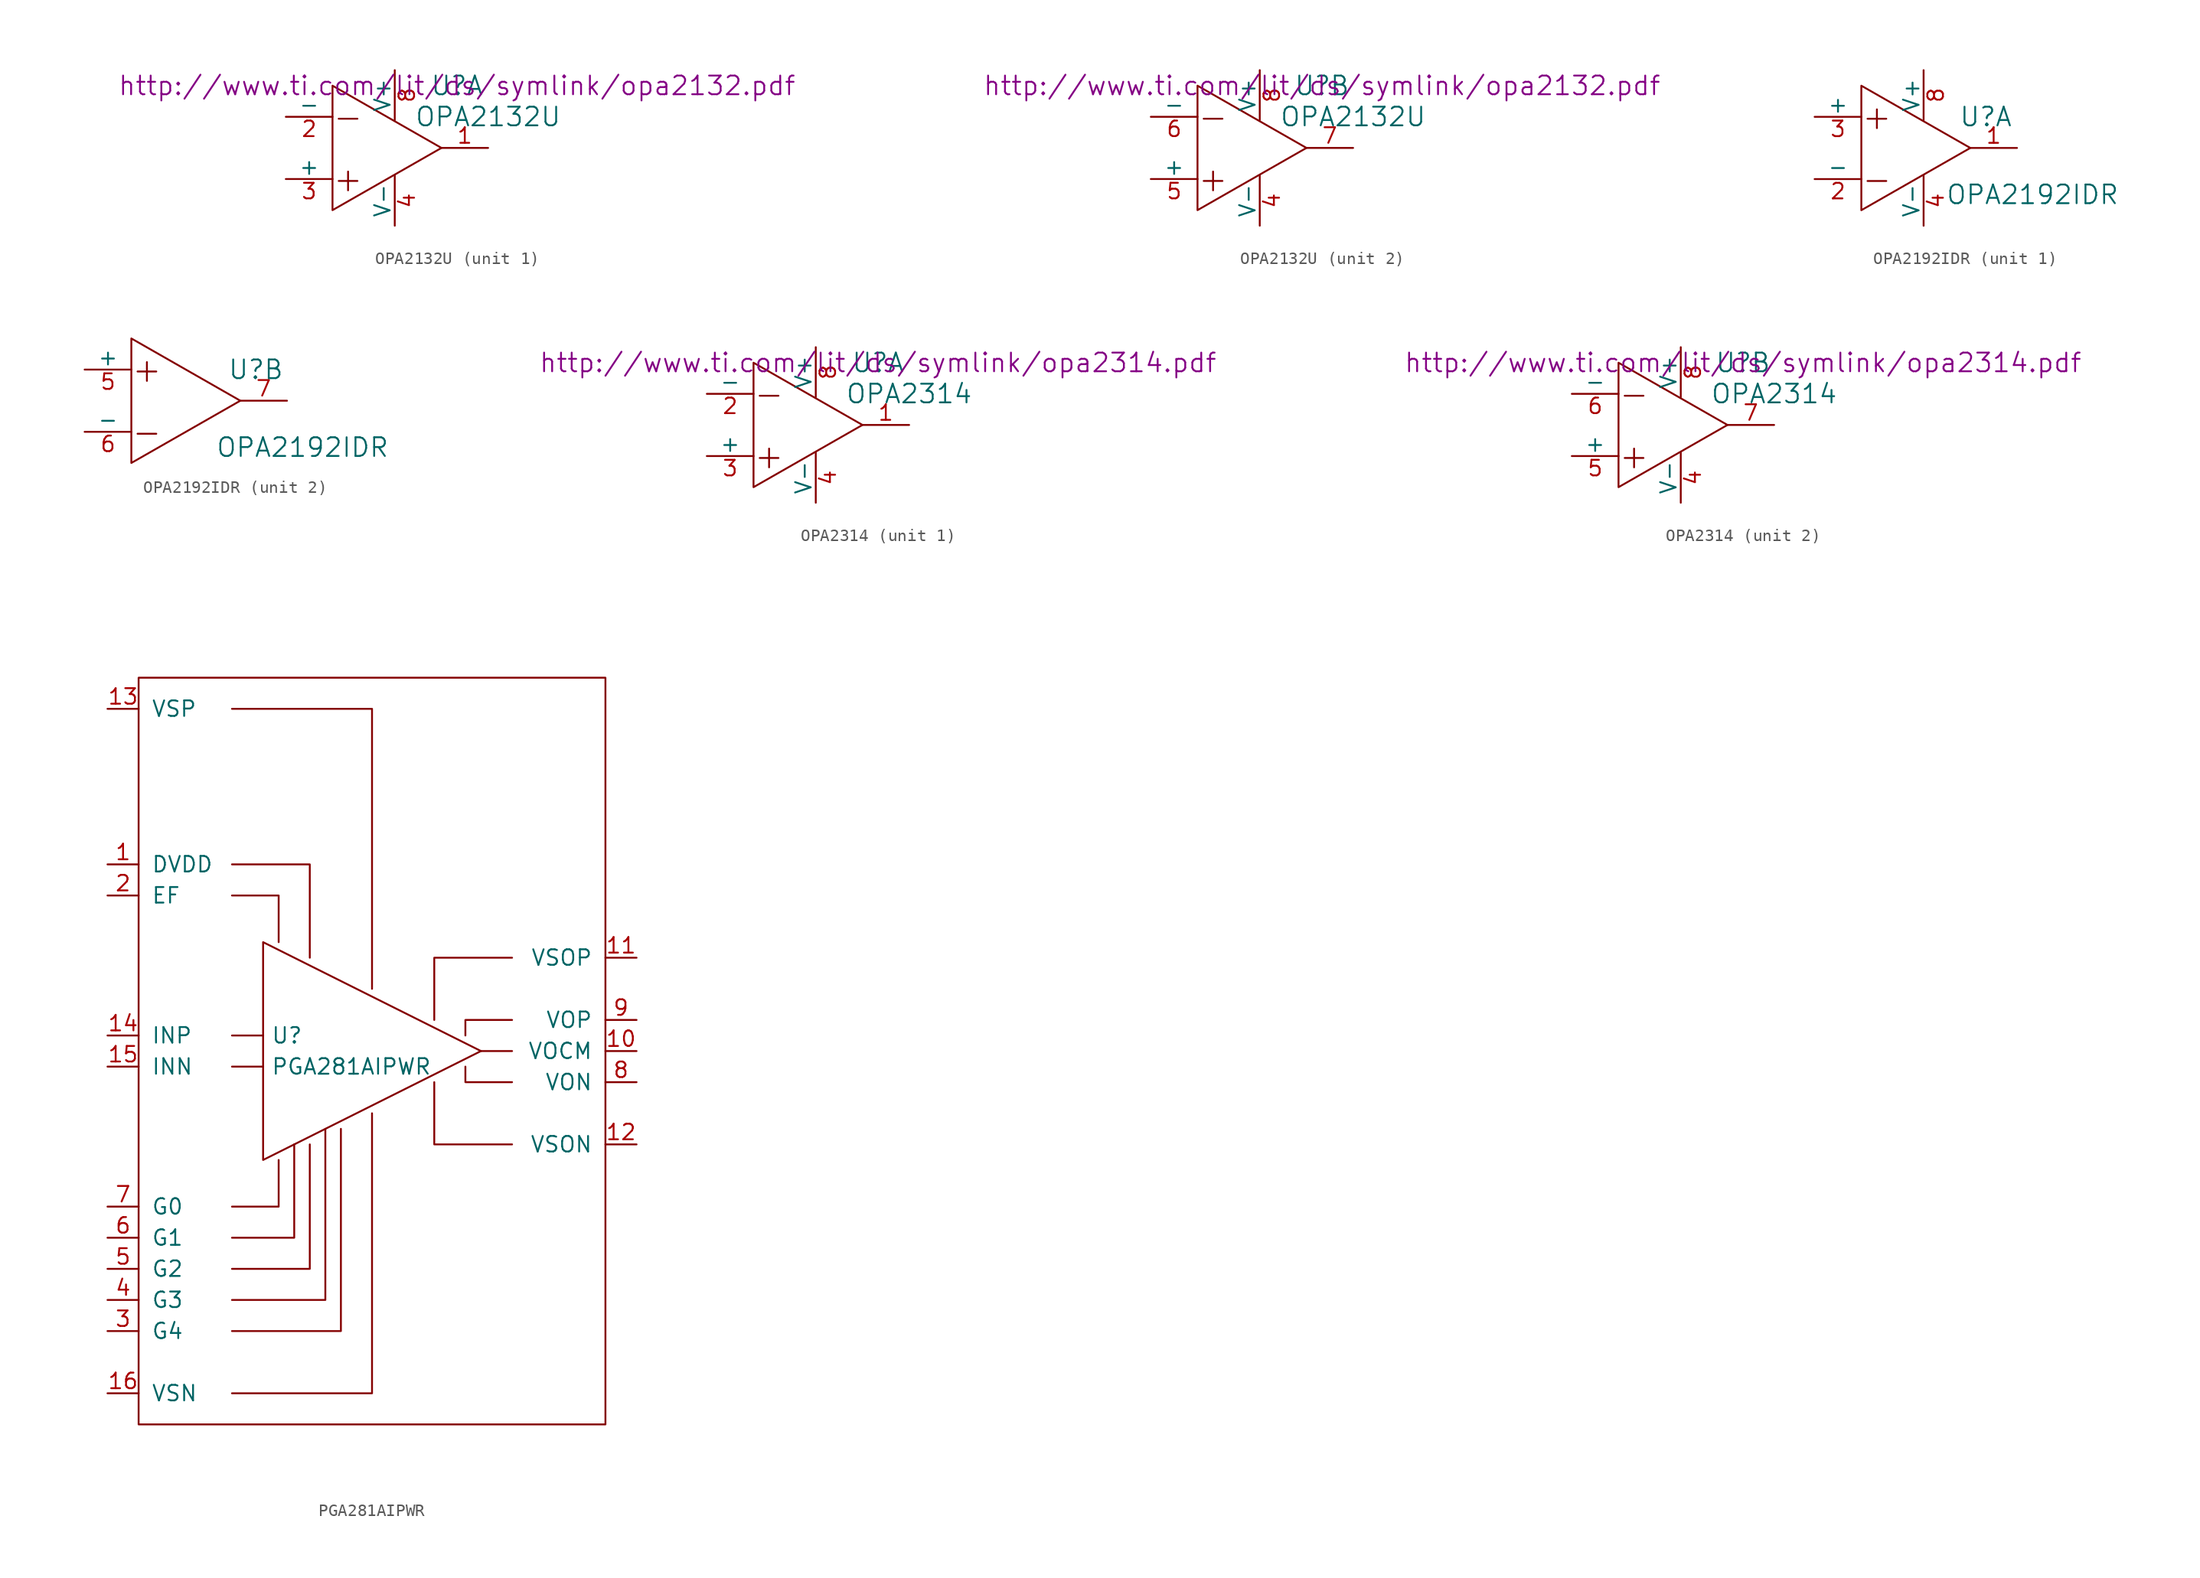
<source format=kicad_sym>
(kicad_symbol_lib
  (version 20201005)
  (generator kicad_symbol_editor)
  (symbol "OPA2132U"
    (pin_names
      (offset 0))
    (property "Reference" "U"
      (at 5.08 5.08 0)
      (effects (font (size 1.524 1.524))))
    (property "Value" "OPA2132U"
      (at 7.62 2.54 0)
      (effects (font (size 1.524 1.524))))
    (property "Footprint" ""
      (at 0 0 0)
      (effects (font (size 1.524 1.524))))
    (property "Datasheet" "http://www.ti.com/lit/ds/symlink/opa2132.pdf"
      (at 5.08 5.08 0)
      (effects (font (size 1.524 1.524))))
    (symbol "OPA2132U_0_0"
      (text "+" (at -3.81 -2.54 0) (effects (font (size 2.007 2.007))))
      (text "-" (at -3.81 2.54 0) (effects (font (size 2.007 2.007)))))
    (symbol "OPA2132U_0_1"
      (polyline (pts (xy -5.08 5.08) (xy -5.08 -5.08) (xy 3.81 0) (xy -5.08 5.08)) (stroke (width 0)) (fill (type none)))
      (pin power_in line (at 0 -6.35 90) (length 4.089) (name "V-" (effects (font (size 1.27 1.27)))) (number "4" (effects (font (size 1.27 1.27)))))
      (pin power_in line (at 0 6.35 270) (length 4.089) (name "V+" (effects (font (size 1.27 1.27)))) (number "8" (effects (font (size 1.27 1.27))))))
    (symbol "OPA2132U_1_1"
      (pin output line (at 7.62 0 180) (length 3.81) (name "~" (effects (font (size 1.27 1.27)))) (number "1" (effects (font (size 1.27 1.27)))))
      (pin input line (at -8.89 2.54 0) (length 3.81) (name "-" (effects (font (size 1.27 1.27)))) (number "2" (effects (font (size 1.27 1.27)))))
      (pin input line (at -8.89 -2.54 0) (length 3.81) (name "+" (effects (font (size 1.27 1.27)))) (number "3" (effects (font (size 1.27 1.27))))))
    (symbol "OPA2132U_2_1"
      (pin input line (at -8.89 -2.54 0) (length 3.81) (name "+" (effects (font (size 1.27 1.27)))) (number "5" (effects (font (size 1.27 1.27)))))
      (pin input line (at -8.89 2.54 0) (length 3.81) (name "-" (effects (font (size 1.27 1.27)))) (number "6" (effects (font (size 1.27 1.27)))))
      (pin output line (at 7.62 0 180) (length 3.81) (name "~" (effects (font (size 1.27 1.27)))) (number "7" (effects (font (size 1.27 1.27)))))))
  (symbol "OPA2192IDR"
    (pin_names
      (offset 0))
    (property "Reference" "U"
      (at 5.08 2.54 0)
      (effects (font (size 1.524 1.524))))
    (property "Value" "OPA2192IDR"
      (at 8.89 -3.81 0)
      (effects (font (size 1.524 1.524))))
    (property "Footprint" ""
      (at 0 0 0)
      (effects (font (size 1.524 1.524))))
    (symbol "OPA2192IDR_0_0"
      (text "+" (at -3.81 2.54 0) (effects (font (size 2.007 2.007))))
      (text "-" (at -3.81 -2.54 0) (effects (font (size 2.007 2.007)))))
    (symbol "OPA2192IDR_0_1"
      (polyline (pts (xy -5.08 5.08) (xy -5.08 -5.08) (xy 3.81 0) (xy -5.08 5.08)) (stroke (width 0)) (fill (type none))))
    (symbol "OPA2192IDR_1_1"
      (pin output line (at 7.62 0 180) (length 3.81) (name "~" (effects (font (size 1.27 1.27)))) (number "1" (effects (font (size 1.27 1.27)))))
      (pin input line (at -8.89 -2.54 0) (length 3.81) (name "-" (effects (font (size 1.27 1.27)))) (number "2" (effects (font (size 1.27 1.27)))))
      (pin input line (at -8.89 2.54 0) (length 3.81) (name "+" (effects (font (size 1.27 1.27)))) (number "3" (effects (font (size 1.27 1.27)))))
      (pin power_in line (at 0 -6.35 90) (length 4.089) (name "V-" (effects (font (size 1.27 1.27)))) (number "4" (effects (font (size 1.27 1.27)))))
      (pin power_in line (at 0 6.35 270) (length 4.089) (name "V+" (effects (font (size 1.27 1.27)))) (number "8" (effects (font (size 1.27 1.27))))))
    (symbol "OPA2192IDR_2_1"
      (pin input line (at -8.89 2.54 0) (length 3.81) (name "+" (effects (font (size 1.27 1.27)))) (number "5" (effects (font (size 1.27 1.27)))))
      (pin input line (at -8.89 -2.54 0) (length 3.81) (name "-" (effects (font (size 1.27 1.27)))) (number "6" (effects (font (size 1.27 1.27)))))
      (pin output line (at 7.62 0 180) (length 3.81) (name "~" (effects (font (size 1.27 1.27)))) (number "7" (effects (font (size 1.27 1.27)))))))
  (symbol "OPA2314"
    (pin_names
      (offset 0))
    (property "Reference" "U"
      (at 5.08 5.08 0)
      (effects (font (size 1.524 1.524))))
    (property "Value" "OPA2314"
      (at 7.62 2.54 0)
      (effects (font (size 1.524 1.524))))
    (property "Footprint" ""
      (at 0 0 0)
      (effects (font (size 1.524 1.524))))
    (property "Datasheet" "http://www.ti.com/lit/ds/symlink/opa2314.pdf"
      (at 5.08 5.08 0)
      (effects (font (size 1.524 1.524))))
    (symbol "OPA2314_0_0"
      (text "+" (at -3.81 -2.54 0) (effects (font (size 2.007 2.007))))
      (text "-" (at -3.81 2.54 0) (effects (font (size 2.007 2.007)))))
    (symbol "OPA2314_0_1"
      (polyline (pts (xy -5.08 5.08) (xy -5.08 -5.08) (xy 3.81 0) (xy -5.08 5.08)) (stroke (width 0)) (fill (type none)))
      (pin power_in line (at 0 -6.35 90) (length 4.089) (name "V-" (effects (font (size 1.27 1.27)))) (number "4" (effects (font (size 1.27 1.27)))))
      (pin power_in line (at 0 6.35 270) (length 4.089) (name "V+" (effects (font (size 1.27 1.27)))) (number "8" (effects (font (size 1.27 1.27))))))
    (symbol "OPA2314_1_1"
      (pin output line (at 7.62 0 180) (length 3.81) (name "~" (effects (font (size 1.27 1.27)))) (number "1" (effects (font (size 1.27 1.27)))))
      (pin input line (at -8.89 2.54 0) (length 3.81) (name "-" (effects (font (size 1.27 1.27)))) (number "2" (effects (font (size 1.27 1.27)))))
      (pin input line (at -8.89 -2.54 0) (length 3.81) (name "+" (effects (font (size 1.27 1.27)))) (number "3" (effects (font (size 1.27 1.27))))))
    (symbol "OPA2314_2_1"
      (pin input line (at -8.89 -2.54 0) (length 3.81) (name "+" (effects (font (size 1.27 1.27)))) (number "5" (effects (font (size 1.27 1.27)))))
      (pin input line (at -8.89 2.54 0) (length 3.81) (name "-" (effects (font (size 1.27 1.27)))) (number "6" (effects (font (size 1.27 1.27)))))
      (pin output line (at 7.62 0 180) (length 3.81) (name "~" (effects (font (size 1.27 1.27)))) (number "7" (effects (font (size 1.27 1.27)))))))
  (symbol "PGA281AIPWR"
    (pin_names
      (offset 1.016))
    (property "Reference" "U"
      (at -8.255 1.27 0)
      (effects (font (size 1.27 1.27)) (justify left)))
    (property "Value" "PGA281AIPWR"
      (at -8.255 -1.27 0)
      (effects (font (size 1.27 1.27)) (justify left)))
    (symbol "PGA281AIPWR_0_1"
      (rectangle (start -19.05 30.48) (end 19.05 -30.48) (stroke (width 0)) (fill (type none)))
      (polyline (pts (xy -11.43 -1.27) (xy -8.89 -1.27)) (stroke (width 0)) (fill (type none)))
      (polyline (pts (xy -11.43 1.27) (xy -8.89 1.27)) (stroke (width 0)) (fill (type none)))
      (polyline (pts (xy 8.89 0) (xy 11.43 0)) (stroke (width 0)) (fill (type none)))
      (polyline (pts (xy -11.43 -17.78) (xy -5.08 -17.78) (xy -5.08 -7.62)) (stroke (width 0)) (fill (type none)))
      (polyline (pts (xy -11.43 -15.24) (xy -6.35 -15.24) (xy -6.35 -7.62)) (stroke (width 0)) (fill (type none)))
      (polyline (pts (xy -11.43 -12.7) (xy -7.62 -12.7) (xy -7.62 -8.89)) (stroke (width 0)) (fill (type none)))
      (polyline (pts (xy -11.43 15.24) (xy -5.08 15.24) (xy -5.08 7.62)) (stroke (width 0)) (fill (type none)))
      (polyline (pts (xy -7.62 8.89) (xy -7.62 12.7) (xy -11.43 12.7)) (stroke (width 0)) (fill (type none)))
      (polyline (pts (xy -3.81 -6.35) (xy -3.81 -20.32) (xy -11.43 -20.32)) (stroke (width 0)) (fill (type none)))
      (polyline (pts (xy -2.54 -6.35) (xy -2.54 -22.86) (xy -11.43 -22.86)) (stroke (width 0)) (fill (type none)))
      (polyline (pts (xy 0 -5.08) (xy 0 -27.94) (xy -11.43 -27.94)) (stroke (width 0)) (fill (type none)))
      (polyline (pts (xy 0 5.08) (xy 0 27.94) (xy -11.43 27.94)) (stroke (width 0)) (fill (type none)))
      (polyline (pts (xy 5.08 2.54) (xy 5.08 7.62) (xy 11.43 7.62)) (stroke (width 0)) (fill (type none)))
      (polyline (pts (xy 7.62 -1.27) (xy 7.62 -2.54) (xy 11.43 -2.54)) (stroke (width 0)) (fill (type none)))
      (polyline (pts (xy 7.62 1.27) (xy 7.62 2.54) (xy 11.43 2.54)) (stroke (width 0)) (fill (type none)))
      (polyline (pts (xy 11.43 -7.62) (xy 5.08 -7.62) (xy 5.08 -2.54)) (stroke (width 0)) (fill (type none)))
      (polyline (pts (xy -8.89 8.89) (xy -8.89 -8.89) (xy 8.89 0) (xy -8.89 8.89)) (stroke (width 0)) (fill (type none))))
    (symbol "PGA281AIPWR_1_1"
      (pin power_in line (at -21.59 15.24 0) (length 2.54) (name "DVDD" (effects (font (size 1.27 1.27)))) (number "1" (effects (font (size 1.27 1.27)))))
      (pin output line (at 21.59 0 180) (length 2.54) (name "VOCM" (effects (font (size 1.27 1.27)))) (number "10" (effects (font (size 1.27 1.27)))))
      (pin power_in line (at 21.59 7.62 180) (length 2.54) (name "VSOP" (effects (font (size 1.27 1.27)))) (number "11" (effects (font (size 1.27 1.27)))))
      (pin power_in line (at 21.59 -7.62 180) (length 2.54) (name "VSON" (effects (font (size 1.27 1.27)))) (number "12" (effects (font (size 1.27 1.27)))))
      (pin power_in line (at -21.59 27.94 0) (length 2.54) (name "VSP" (effects (font (size 1.27 1.27)))) (number "13" (effects (font (size 1.27 1.27)))))
      (pin input line (at -21.59 1.27 0) (length 2.54) (name "INP" (effects (font (size 1.27 1.27)))) (number "14" (effects (font (size 1.27 1.27)))))
      (pin input line (at -21.59 -1.27 0) (length 2.54) (name "INN" (effects (font (size 1.27 1.27)))) (number "15" (effects (font (size 1.27 1.27)))))
      (pin power_in line (at -21.59 -27.94 0) (length 2.54) (name "VSN" (effects (font (size 1.27 1.27)))) (number "16" (effects (font (size 1.27 1.27)))))
      (pin output line (at -21.59 12.7 0) (length 2.54) (name "EF" (effects (font (size 1.27 1.27)))) (number "2" (effects (font (size 1.27 1.27)))))
      (pin input line (at -21.59 -22.86 0) (length 2.54) (name "G4" (effects (font (size 1.27 1.27)))) (number "3" (effects (font (size 1.27 1.27)))))
      (pin input line (at -21.59 -20.32 0) (length 2.54) (name "G3" (effects (font (size 1.27 1.27)))) (number "4" (effects (font (size 1.27 1.27)))))
      (pin input line (at -21.59 -17.78 0) (length 2.54) (name "G2" (effects (font (size 1.27 1.27)))) (number "5" (effects (font (size 1.27 1.27)))))
      (pin input line (at -21.59 -15.24 0) (length 2.54) (name "G1" (effects (font (size 1.27 1.27)))) (number "6" (effects (font (size 1.27 1.27)))))
      (pin input line (at -21.59 -12.7 0) (length 2.54) (name "G0" (effects (font (size 1.27 1.27)))) (number "7" (effects (font (size 1.27 1.27)))))
      (pin output line (at 21.59 -2.54 180) (length 2.54) (name "VON" (effects (font (size 1.27 1.27)))) (number "8" (effects (font (size 1.27 1.27)))))
      (pin output line (at 21.59 2.54 180) (length 2.54) (name "VOP" (effects (font (size 1.27 1.27)))) (number "9" (effects (font (size 1.27 1.27))))))))
</source>
